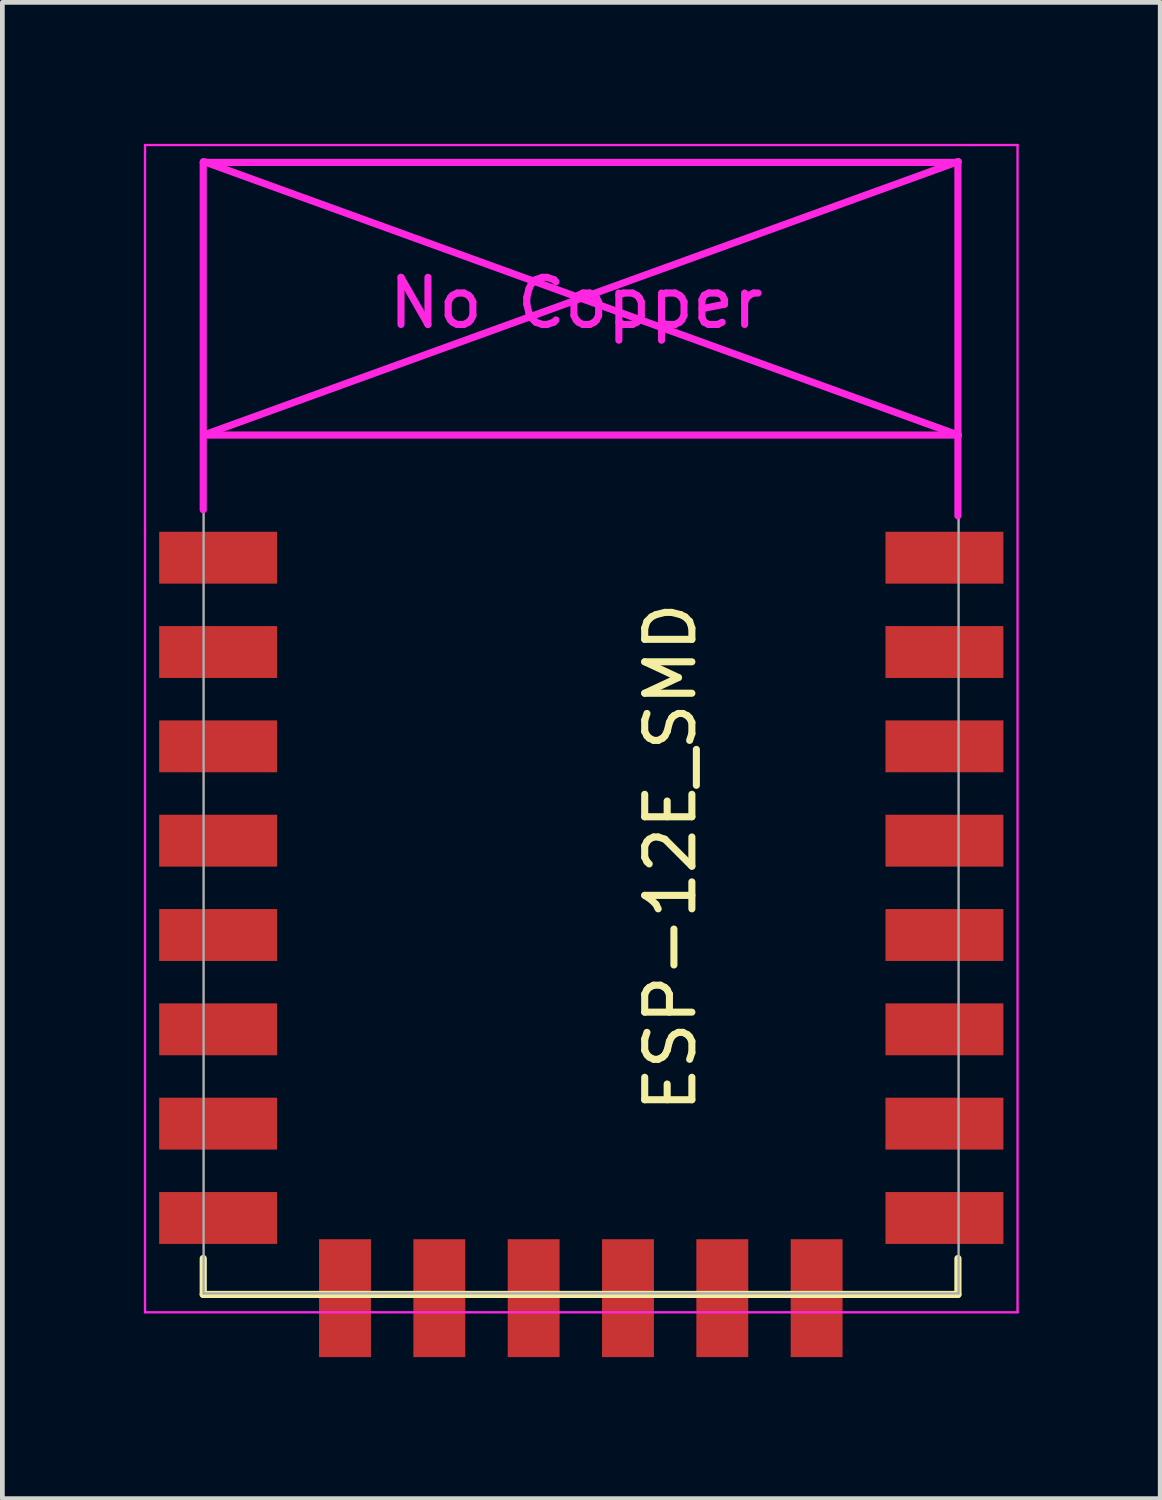
<source format=kicad_pcb>
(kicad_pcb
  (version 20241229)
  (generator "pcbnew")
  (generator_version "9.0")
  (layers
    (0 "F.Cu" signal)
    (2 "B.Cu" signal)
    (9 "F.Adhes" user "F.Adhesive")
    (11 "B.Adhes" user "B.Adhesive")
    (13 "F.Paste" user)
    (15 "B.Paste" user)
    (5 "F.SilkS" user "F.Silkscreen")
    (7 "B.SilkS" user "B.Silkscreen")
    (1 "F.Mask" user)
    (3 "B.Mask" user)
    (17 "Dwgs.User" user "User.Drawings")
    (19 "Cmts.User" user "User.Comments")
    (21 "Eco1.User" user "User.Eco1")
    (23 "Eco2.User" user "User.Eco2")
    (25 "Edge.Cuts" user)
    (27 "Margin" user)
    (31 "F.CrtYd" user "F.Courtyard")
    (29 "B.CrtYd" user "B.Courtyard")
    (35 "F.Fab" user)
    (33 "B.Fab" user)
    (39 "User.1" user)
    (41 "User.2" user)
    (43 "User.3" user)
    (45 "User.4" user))
  (footprint "ESP-12E_SMD"
    (layer "F.Cu")
    (at 2.275 8.775)
    (property "Reference" "ESP-12E_SMD" (at 8.89 6.35 90) (layer "F.SilkS") (effects (font (size 1 1) (thickness 0.15))))
    (attr through_hole)
    (fp_line (start -1.016 14.859) (end -1.016 15.621) (stroke (width 0.152) (type solid)) (layer "F.SilkS"))
    (fp_line (start -1.016 15.621) (end 14.986 15.621) (stroke (width 0.152) (type solid)) (layer "F.SilkS"))
    (fp_line (start 14.986 15.621) (end 14.986 14.859) (stroke (width 0.152) (type solid)) (layer "F.SilkS"))
    (fp_line (start -2.25 -8.75) (end 15.25 -8.75) (stroke (width 0.05) (type solid)) (layer "F.CrtYd"))
    (fp_line (start -2.25 -0.5) (end -2.25 -8.75) (stroke (width 0.05) (type solid)) (layer "F.CrtYd"))
    (fp_line (start -2.25 16) (end -2.25 -0.5) (stroke (width 0.05) (type solid)) (layer "F.CrtYd"))
    (fp_line (start -1.016 -8.382) (end -1.016 -1.016) (stroke (width 0.152) (type solid)) (layer "F.CrtYd"))
    (fp_line (start -1.016 -8.382) (end 14.986 -8.382) (stroke (width 0.152) (type solid)) (layer "F.CrtYd"))
    (fp_line (start -1.008 -8.4) (end 14.992 -2.6) (stroke (width 0.152) (type solid)) (layer "F.CrtYd"))
    (fp_line (start -1.008 -2.6) (end 14.992 -2.6) (stroke (width 0.152) (type solid)) (layer "F.CrtYd"))
    (fp_line (start 14.986 -8.382) (end 14.986 -0.889) (stroke (width 0.152) (type solid)) (layer "F.CrtYd"))
    (fp_line (start 14.992 -8.4) (end -1.008 -2.6) (stroke (width 0.152) (type solid)) (layer "F.CrtYd"))
    (fp_line (start 15.25 -8.75) (end 16.25 -8.75) (stroke (width 0.05) (type solid)) (layer "F.CrtYd"))
    (fp_line (start 16.25 -8.75) (end 16.25 16) (stroke (width 0.05) (type solid)) (layer "F.CrtYd"))
    (fp_line (start 16.25 16) (end -2.25 16) (stroke (width 0.05) (type solid)) (layer "F.CrtYd"))
    (fp_line (start -1.008 -8.4) (end 14.992 -8.4) (stroke (width 0.05) (type solid)) (layer "F.Fab"))
    (fp_line (start -1.008 15.6) (end -1.008 -8.4) (stroke (width 0.05) (type solid)) (layer "F.Fab"))
    (fp_line (start 14.992 15.6) (end -1.008 15.6) (stroke (width 0.05) (type solid)) (layer "F.Fab"))
    (fp_line (start 15 -8.4) (end 15 15.6) (stroke (width 0.05) (type solid)) (layer "F.Fab"))
    (fp_text user "No Copper" (at 6.892 -5.4 0) (layer "F.CrtYd") (effects (font (size 1 1) (thickness 0.15))))
    (pad "1" smd rect (at 0 0) (size 2.5 1.1) (drill (offset -0.7 0)) (layers "F.Cu" "F.Mask" "F.Paste"))
    (pad "2" smd rect (at 0 2) (size 2.5 1.1) (drill (offset -0.7 0)) (layers "F.Cu" "F.Mask" "F.Paste"))
    (pad "3" smd rect (at 0 4) (size 2.5 1.1) (drill (offset -0.7 0)) (layers "F.Cu" "F.Mask" "F.Paste"))
    (pad "4" smd rect (at 0 6) (size 2.5 1.1) (drill (offset -0.7 0)) (layers "F.Cu" "F.Mask" "F.Paste"))
    (pad "5" smd rect (at 0 8) (size 2.5 1.1) (drill (offset -0.7 0)) (layers "F.Cu" "F.Mask" "F.Paste"))
    (pad "6" smd rect (at 0 10) (size 2.5 1.1) (drill (offset -0.7 0)) (layers "F.Cu" "F.Mask" "F.Paste"))
    (pad "7" smd rect (at 0 12) (size 2.5 1.1) (drill (offset -0.7 0)) (layers "F.Cu" "F.Mask" "F.Paste"))
    (pad "8" smd rect (at 0 14) (size 2.5 1.1) (drill (offset -0.7 0)) (layers "F.Cu" "F.Mask" "F.Paste"))
    (pad "9" smd rect (at 14 14) (size 2.5 1.1) (drill (offset 0.7 0)) (layers "F.Cu" "F.Mask" "F.Paste"))
    (pad "10" smd rect (at 14 12) (size 2.5 1.1) (drill (offset 0.7 0)) (layers "F.Cu" "F.Mask" "F.Paste"))
    (pad "11" smd rect (at 14 10) (size 2.5 1.1) (drill (offset 0.7 0)) (layers "F.Cu" "F.Mask" "F.Paste"))
    (pad "12" smd rect (at 14 8) (size 2.5 1.1) (drill (offset 0.7 0)) (layers "F.Cu" "F.Mask" "F.Paste"))
    (pad "13" smd rect (at 14 6) (size 2.5 1.1) (drill (offset 0.7 0)) (layers "F.Cu" "F.Mask" "F.Paste"))
    (pad "14" smd rect (at 14 4) (size 2.5 1.1) (drill (offset 0.7 0)) (layers "F.Cu" "F.Mask" "F.Paste"))
    (pad "15" smd rect (at 14 2) (size 2.5 1.1) (drill (offset 0.7 0)) (layers "F.Cu" "F.Mask" "F.Paste"))
    (pad "16" smd rect (at 14 0) (size 2.5 1.1) (drill (offset 0.7 0)) (layers "F.Cu" "F.Mask" "F.Paste"))
    (pad "17" smd rect (at 1.99 15 90) (size 2.5 1.1) (drill (offset -0.7 0)) (layers "F.Cu" "F.Mask" "F.Paste"))
    (pad "18" smd rect (at 3.99 15 90) (size 2.5 1.1) (drill (offset -0.7 0)) (layers "F.Cu" "F.Mask" "F.Paste"))
    (pad "19" smd rect (at 5.99 15 90) (size 2.5 1.1) (drill (offset -0.7 0)) (layers "F.Cu" "F.Mask" "F.Paste"))
    (pad "20" smd rect (at 7.99 15 90) (size 2.5 1.1) (drill (offset -0.7 0)) (layers "F.Cu" "F.Mask" "F.Paste"))
    (pad "21" smd rect (at 9.99 15 90) (size 2.5 1.1) (drill (offset -0.7 0)) (layers "F.Cu" "F.Mask" "F.Paste"))
    (pad "22" smd rect (at 11.99 15 90) (size 2.5 1.1) (drill (offset -0.7 0)) (layers "F.Cu" "F.Mask" "F.Paste")))
  (gr_rect
    (start -3 -3)
    (end 21.55 28.725)
    (stroke (width 0.1) (type default))
    (fill no)
    (layer "Edge.Cuts")))
</source>
